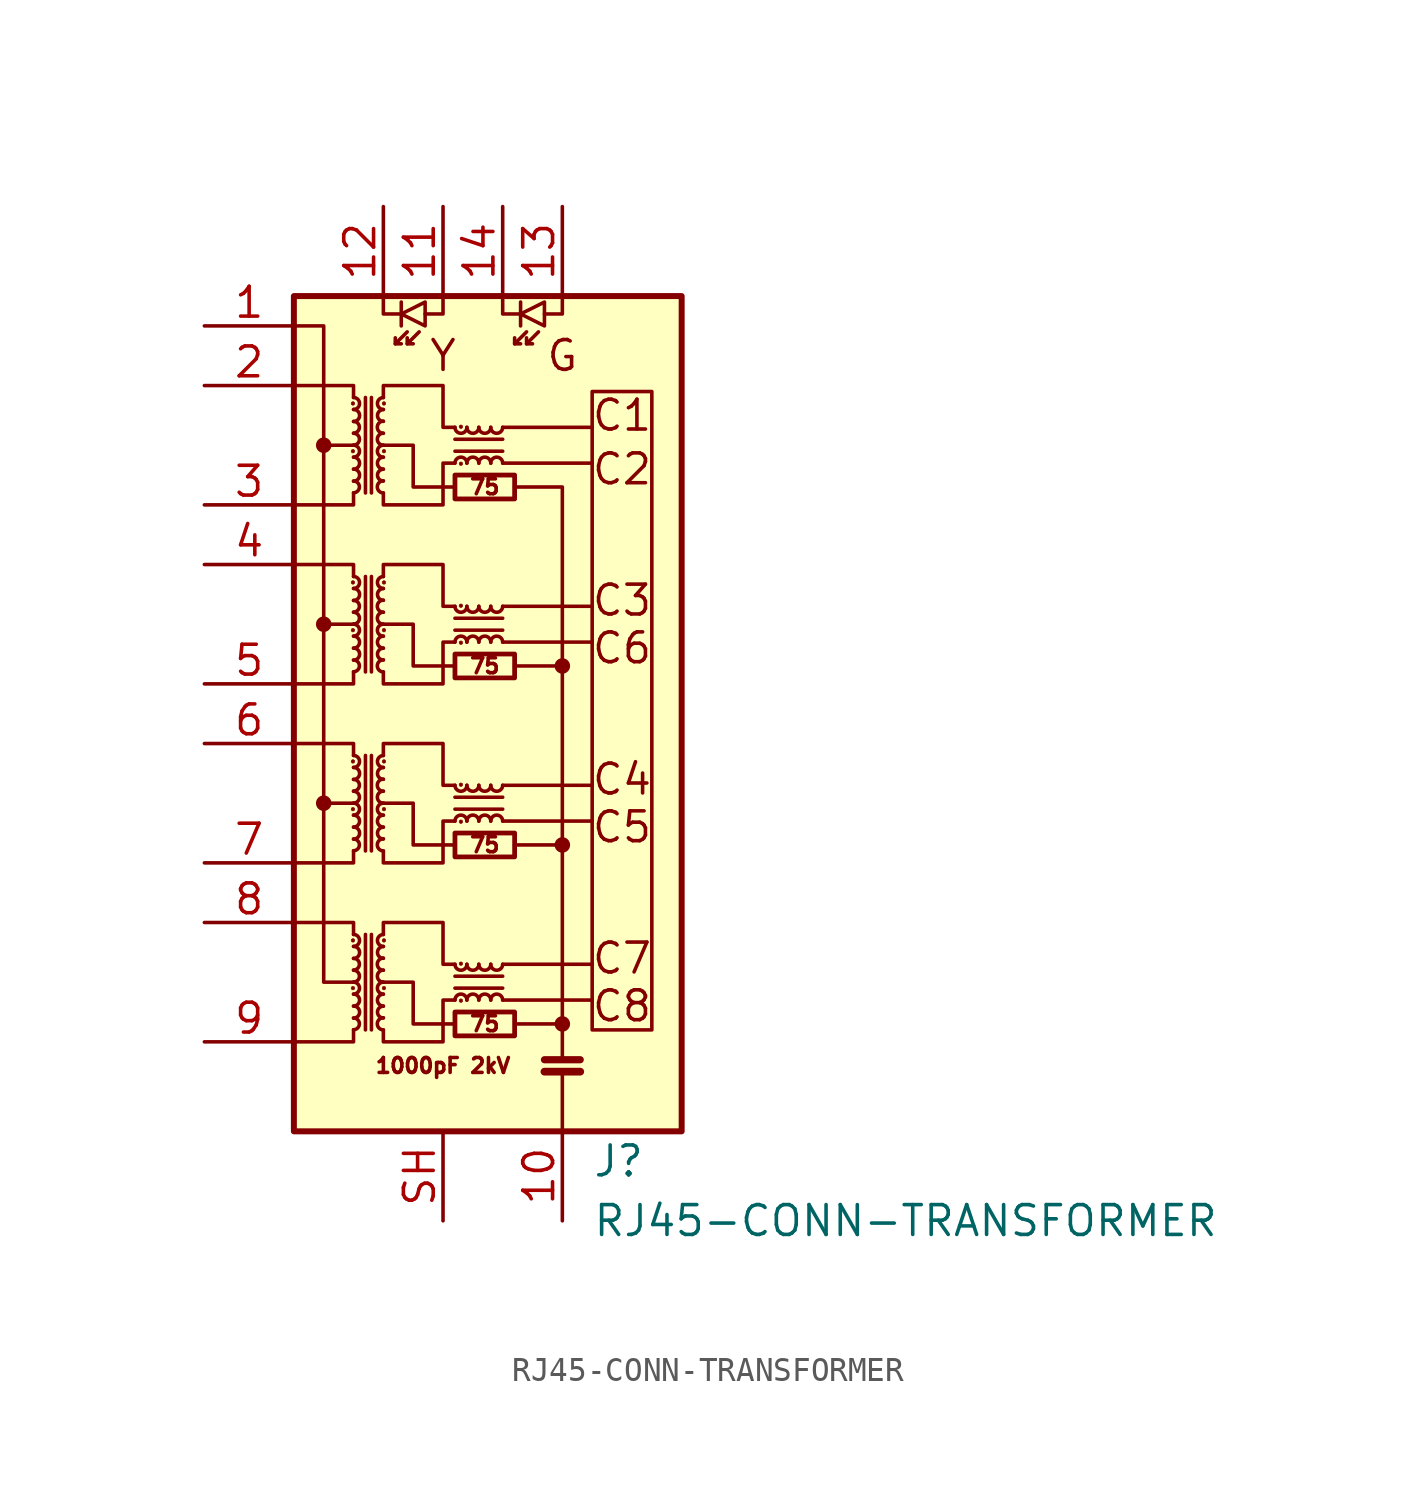
<source format=kicad_sym>
(kicad_symbol_lib
  (version 20220914)
  (generator kicad_symbol_editor)
  (symbol "RJ45-CONN-TRANSFORMER"
    (pin_names hide)
    (property "Reference" "J"
      (at 5.08 -17.78 0)
      (effects (font (size 1.27 1.27)) (justify left)))
    (property "Value" "RJ45-CONN-TRANSFORMER"
      (at 5.08 -20.32 0)
      (effects (font (size 1.27 1.27)) (justify left)))
    (symbol "RJ45-CONN-TRANSFORMER_0_0"
      (polyline (pts (xy -6.35 -2.54) (xy -5.08 -2.54)) (stroke (width 0) (type default)) (fill (type none)))
      (polyline (pts (xy -6.35 12.7) (xy -5.08 12.7)) (stroke (width 0) (type default)) (fill (type none)))
      (polyline (pts (xy -5.08 5.08) (xy -6.35 5.08)) (stroke (width 0) (type default)) (fill (type none)))
      (polyline (pts (xy 1.27 -10.922) (xy 5.08 -10.922)) (stroke (width 0) (type default)) (fill (type none)))
      (polyline (pts (xy 1.27 -9.398) (xy 5.08 -9.398)) (stroke (width 0) (type default)) (fill (type none)))
      (polyline (pts (xy 1.27 -3.302) (xy 5.08 -3.302)) (stroke (width 0) (type default)) (fill (type none)))
      (polyline (pts (xy 1.27 -1.778) (xy 5.08 -1.778)) (stroke (width 0) (type default)) (fill (type none)))
      (polyline (pts (xy 1.27 4.318) (xy 5.08 4.318)) (stroke (width 0) (type default)) (fill (type none)))
      (polyline (pts (xy 1.27 5.842) (xy 5.08 5.842)) (stroke (width 0) (type default)) (fill (type none)))
      (polyline (pts (xy 1.27 11.938) (xy 5.08 11.938)) (stroke (width 0) (type default)) (fill (type none)))
      (polyline (pts (xy 1.27 13.462) (xy 5.08 13.462)) (stroke (width 0) (type default)) (fill (type none)))
      (polyline (pts (xy 1.778 -11.938) (xy 3.81 -11.938)) (stroke (width 0) (type default)) (fill (type none)))
      (polyline (pts (xy -0.762 -11.938) (xy -2.54 -11.938) (xy -2.54 -10.16) (xy -3.81 -10.16)) (stroke (width 0) (type default)) (fill (type none)))
      (polyline (pts (xy -0.762 -4.318) (xy -2.54 -4.318) (xy -2.54 -2.54) (xy -3.81 -2.54)) (stroke (width 0) (type default)) (fill (type none)))
      (polyline (pts (xy -0.762 3.302) (xy -2.54 3.302) (xy -2.54 5.08) (xy -3.81 5.08)) (stroke (width 0) (type default)) (fill (type none)))
      (polyline (pts (xy -0.762 10.922) (xy -2.54 10.922) (xy -2.54 12.7) (xy -3.81 12.7)) (stroke (width 0) (type default)) (fill (type none)))
      (text "1000pF 2kV" (at -1.27 -13.716 0) (effects (font (size 0.635 0.635))))
      (text "75" (at 0.508 -11.938 0) (effects (font (size 0.635 0.635))))
      (text "75" (at 0.508 -4.318 0) (effects (font (size 0.635 0.635))))
      (text "75" (at 0.508 3.302 0) (effects (font (size 0.635 0.635))))
      (text "75" (at 0.508 10.922 0) (effects (font (size 0.635 0.635))))
      (text "C1" (at 6.35 13.97 0) (effects (font (size 1.27 1.27))))
      (text "C2" (at 6.35 11.684 0) (effects (font (size 1.27 1.27))))
      (text "C3" (at 6.35 6.096 0) (effects (font (size 1.27 1.27))))
      (text "C4" (at 6.35 -1.524 0) (effects (font (size 1.27 1.27))))
      (text "C5" (at 6.35 -3.556 0) (effects (font (size 1.27 1.27))))
      (text "C6" (at 6.35 4.064 0) (effects (font (size 1.27 1.27))))
      (text "C7" (at 6.35 -9.144 0) (effects (font (size 1.27 1.27))))
      (text "C8" (at 6.35 -11.176 0) (effects (font (size 1.27 1.27))))
      (text "G" (at 3.81 16.51 0) (effects (font (size 1.27 1.27))))
      (text "Y" (at -1.27 16.51 0) (effects (font (size 1.27 1.27)))))
    (symbol "RJ45-CONN-TRANSFORMER_0_1"
      (circle (center -6.35 -2.54) (radius 0.254) (stroke (width 0) (type default)) (fill (type outline)))
      (circle (center -6.35 5.08) (radius 0.254) (stroke (width 0) (type default)) (fill (type outline)))
      (circle (center -6.35 12.7) (radius 0.254) (stroke (width 0) (type default)) (fill (type outline)))
      (circle (center -5.105 -10.414) (radius 0.076) (stroke (width 0.025) (type default)) (fill (type outline)))
      (circle (center -5.105 -8.382) (radius 0.076) (stroke (width 0.025) (type default)) (fill (type outline)))
      (circle (center -5.105 -2.794) (radius 0.076) (stroke (width 0.025) (type default)) (fill (type outline)))
      (circle (center -5.105 -0.762) (radius 0.076) (stroke (width 0.025) (type default)) (fill (type outline)))
      (circle (center -5.105 4.826) (radius 0.076) (stroke (width 0.025) (type default)) (fill (type outline)))
      (circle (center -5.105 6.858) (radius 0.076) (stroke (width 0.025) (type default)) (fill (type outline)))
      (circle (center -5.105 12.446) (radius 0.076) (stroke (width 0.025) (type default)) (fill (type outline)))
      (circle (center -5.105 14.478) (radius 0.076) (stroke (width 0.025) (type default)) (fill (type outline)))
      (arc (start -5.08 -12.192) (mid -4.8271 -11.938) (end -5.08 -11.684) (stroke (width 0) (type default)) (fill (type none)))
      (arc (start -5.08 -11.684) (mid -4.8271 -11.43) (end -5.08 -11.176) (stroke (width 0) (type default)) (fill (type none)))
      (arc (start -5.08 -11.176) (mid -4.8271 -10.922) (end -5.08 -10.668) (stroke (width 0) (type default)) (fill (type none)))
      (arc (start -5.08 -10.668) (mid -4.8271 -10.414) (end -5.08 -10.16) (stroke (width 0) (type default)) (fill (type none)))
      (arc (start -5.08 -10.16) (mid -4.8271 -9.906) (end -5.08 -9.652) (stroke (width 0) (type default)) (fill (type none)))
      (arc (start -5.08 -9.652) (mid -4.8271 -9.398) (end -5.08 -9.144) (stroke (width 0) (type default)) (fill (type none)))
      (arc (start -5.08 -9.144) (mid -4.8271 -8.89) (end -5.08 -8.636) (stroke (width 0) (type default)) (fill (type none)))
      (arc (start -5.08 -8.636) (mid -4.8271 -8.382) (end -5.08 -8.128) (stroke (width 0) (type default)) (fill (type none)))
      (arc (start -5.08 -4.572) (mid -4.8271 -4.318) (end -5.08 -4.064) (stroke (width 0) (type default)) (fill (type none)))
      (arc (start -5.08 -4.064) (mid -4.8271 -3.81) (end -5.08 -3.556) (stroke (width 0) (type default)) (fill (type none)))
      (arc (start -5.08 -3.556) (mid -4.8271 -3.302) (end -5.08 -3.048) (stroke (width 0) (type default)) (fill (type none)))
      (arc (start -5.08 -3.048) (mid -4.8271 -2.794) (end -5.08 -2.54) (stroke (width 0) (type default)) (fill (type none)))
      (arc (start -5.08 -2.54) (mid -4.8271 -2.286) (end -5.08 -2.032) (stroke (width 0) (type default)) (fill (type none)))
      (arc (start -5.08 -2.032) (mid -4.8271 -1.778) (end -5.08 -1.524) (stroke (width 0) (type default)) (fill (type none)))
      (arc (start -5.08 -1.524) (mid -4.8271 -1.27) (end -5.08 -1.016) (stroke (width 0) (type default)) (fill (type none)))
      (arc (start -5.08 -1.016) (mid -4.8271 -0.762) (end -5.08 -0.508) (stroke (width 0) (type default)) (fill (type none)))
      (arc (start -5.08 3.048) (mid -4.8271 3.302) (end -5.08 3.556) (stroke (width 0) (type default)) (fill (type none)))
      (arc (start -5.08 3.556) (mid -4.8271 3.81) (end -5.08 4.064) (stroke (width 0) (type default)) (fill (type none)))
      (arc (start -5.08 4.064) (mid -4.8271 4.318) (end -5.08 4.572) (stroke (width 0) (type default)) (fill (type none)))
      (arc (start -5.08 4.572) (mid -4.8271 4.826) (end -5.08 5.08) (stroke (width 0) (type default)) (fill (type none)))
      (arc (start -5.08 5.08) (mid -4.8271 5.334) (end -5.08 5.588) (stroke (width 0) (type default)) (fill (type none)))
      (arc (start -5.08 5.588) (mid -4.8271 5.842) (end -5.08 6.096) (stroke (width 0) (type default)) (fill (type none)))
      (arc (start -5.08 6.096) (mid -4.8271 6.35) (end -5.08 6.604) (stroke (width 0) (type default)) (fill (type none)))
      (arc (start -5.08 6.604) (mid -4.8271 6.858) (end -5.08 7.112) (stroke (width 0) (type default)) (fill (type none)))
      (arc (start -5.08 10.668) (mid -4.8271 10.922) (end -5.08 11.176) (stroke (width 0) (type default)) (fill (type none)))
      (arc (start -5.08 11.176) (mid -4.8271 11.43) (end -5.08 11.684) (stroke (width 0) (type default)) (fill (type none)))
      (arc (start -5.08 11.684) (mid -4.8271 11.938) (end -5.08 12.192) (stroke (width 0) (type default)) (fill (type none)))
      (arc (start -5.08 12.192) (mid -4.8271 12.446) (end -5.08 12.7) (stroke (width 0) (type default)) (fill (type none)))
      (arc (start -5.08 12.7) (mid -4.8271 12.954) (end -5.08 13.208) (stroke (width 0) (type default)) (fill (type none)))
      (arc (start -5.08 13.208) (mid -4.8271 13.462) (end -5.08 13.716) (stroke (width 0) (type default)) (fill (type none)))
      (arc (start -5.08 13.716) (mid -4.8271 13.97) (end -5.08 14.224) (stroke (width 0) (type default)) (fill (type none)))
      (arc (start -5.08 14.224) (mid -4.8271 14.478) (end -5.08 14.732) (stroke (width 0) (type default)) (fill (type none)))
      (arc (start -3.81 -11.684) (mid -4.0629 -11.938) (end -3.81 -12.192) (stroke (width 0) (type default)) (fill (type none)))
      (arc (start -3.81 -11.176) (mid -4.0629 -11.43) (end -3.81 -11.684) (stroke (width 0) (type default)) (fill (type none)))
      (arc (start -3.81 -10.668) (mid -4.0629 -10.922) (end -3.81 -11.176) (stroke (width 0) (type default)) (fill (type none)))
      (arc (start -3.81 -10.16) (mid -4.0629 -10.414) (end -3.81 -10.668) (stroke (width 0) (type default)) (fill (type none)))
      (arc (start -3.81 -9.652) (mid -4.0629 -9.906) (end -3.81 -10.16) (stroke (width 0) (type default)) (fill (type none)))
      (arc (start -3.81 -9.144) (mid -4.0629 -9.398) (end -3.81 -9.652) (stroke (width 0) (type default)) (fill (type none)))
      (arc (start -3.81 -8.636) (mid -4.0629 -8.89) (end -3.81 -9.144) (stroke (width 0) (type default)) (fill (type none)))
      (arc (start -3.81 -8.128) (mid -4.0629 -8.382) (end -3.81 -8.636) (stroke (width 0) (type default)) (fill (type none)))
      (arc (start -3.81 -4.064) (mid -4.0629 -4.318) (end -3.81 -4.572) (stroke (width 0) (type default)) (fill (type none)))
      (arc (start -3.81 -3.556) (mid -4.0629 -3.81) (end -3.81 -4.064) (stroke (width 0) (type default)) (fill (type none)))
      (arc (start -3.81 -3.048) (mid -4.0629 -3.302) (end -3.81 -3.556) (stroke (width 0) (type default)) (fill (type none)))
      (arc (start -3.81 -2.54) (mid -4.0629 -2.794) (end -3.81 -3.048) (stroke (width 0) (type default)) (fill (type none)))
      (arc (start -3.81 -2.032) (mid -4.0629 -2.286) (end -3.81 -2.54) (stroke (width 0) (type default)) (fill (type none)))
      (arc (start -3.81 -1.524) (mid -4.0629 -1.778) (end -3.81 -2.032) (stroke (width 0) (type default)) (fill (type none)))
      (arc (start -3.81 -1.016) (mid -4.0629 -1.27) (end -3.81 -1.524) (stroke (width 0) (type default)) (fill (type none)))
      (arc (start -3.81 -0.508) (mid -4.0629 -0.762) (end -3.81 -1.016) (stroke (width 0) (type default)) (fill (type none)))
      (arc (start -3.81 3.556) (mid -4.0629 3.302) (end -3.81 3.048) (stroke (width 0) (type default)) (fill (type none)))
      (arc (start -3.81 4.064) (mid -4.0629 3.81) (end -3.81 3.556) (stroke (width 0) (type default)) (fill (type none)))
      (arc (start -3.81 4.572) (mid -4.0629 4.318) (end -3.81 4.064) (stroke (width 0) (type default)) (fill (type none)))
      (arc (start -3.81 5.08) (mid -4.0629 4.826) (end -3.81 4.572) (stroke (width 0) (type default)) (fill (type none)))
      (arc (start -3.81 5.588) (mid -4.0629 5.334) (end -3.81 5.08) (stroke (width 0) (type default)) (fill (type none)))
      (arc (start -3.81 6.096) (mid -4.0629 5.842) (end -3.81 5.588) (stroke (width 0) (type default)) (fill (type none)))
      (arc (start -3.81 6.604) (mid -4.0629 6.35) (end -3.81 6.096) (stroke (width 0) (type default)) (fill (type none)))
      (arc (start -3.81 7.112) (mid -4.0629 6.858) (end -3.81 6.604) (stroke (width 0) (type default)) (fill (type none)))
      (arc (start -3.81 11.176) (mid -4.0629 10.922) (end -3.81 10.668) (stroke (width 0) (type default)) (fill (type none)))
      (arc (start -3.81 11.684) (mid -4.0629 11.43) (end -3.81 11.176) (stroke (width 0) (type default)) (fill (type none)))
      (arc (start -3.81 12.192) (mid -4.0629 11.938) (end -3.81 11.684) (stroke (width 0) (type default)) (fill (type none)))
      (arc (start -3.81 12.7) (mid -4.0629 12.446) (end -3.81 12.192) (stroke (width 0) (type default)) (fill (type none)))
      (arc (start -3.81 13.208) (mid -4.0629 12.954) (end -3.81 12.7) (stroke (width 0) (type default)) (fill (type none)))
      (arc (start -3.81 13.716) (mid -4.0629 13.462) (end -3.81 13.208) (stroke (width 0) (type default)) (fill (type none)))
      (arc (start -3.81 14.224) (mid -4.0629 13.97) (end -3.81 13.716) (stroke (width 0) (type default)) (fill (type none)))
      (arc (start -3.81 14.732) (mid -4.0629 14.478) (end -3.81 14.224) (stroke (width 0) (type default)) (fill (type none)))
      (circle (center -3.785 -10.414) (radius 0.076) (stroke (width 0.025) (type default)) (fill (type outline)))
      (circle (center -3.785 -8.382) (radius 0.076) (stroke (width 0.025) (type default)) (fill (type outline)))
      (circle (center -3.785 -2.794) (radius 0.076) (stroke (width 0.025) (type default)) (fill (type outline)))
      (circle (center -3.785 -0.762) (radius 0.076) (stroke (width 0.025) (type default)) (fill (type outline)))
      (circle (center -3.785 4.826) (radius 0.076) (stroke (width 0.025) (type default)) (fill (type outline)))
      (circle (center -3.785 6.858) (radius 0.076) (stroke (width 0.025) (type default)) (fill (type outline)))
      (circle (center -3.785 12.446) (radius 0.076) (stroke (width 0.025) (type default)) (fill (type outline)))
      (circle (center -3.785 14.478) (radius 0.076) (stroke (width 0.025) (type default)) (fill (type outline)))
      (rectangle (start -0.762 -11.43) (end 1.778 -12.446) (stroke (width 0.203) (type default)) (fill (type none)))
      (arc (start -0.762 -9.398) (mid -0.508 -9.6509) (end -0.254 -9.398) (stroke (width 0) (type default)) (fill (type none)))
      (rectangle (start -0.762 -3.81) (end 1.778 -4.826) (stroke (width 0.203) (type default)) (fill (type none)))
      (arc (start -0.762 -1.778) (mid -0.508 -2.0309) (end -0.254 -1.778) (stroke (width 0) (type default)) (fill (type none)))
      (rectangle (start -0.762 3.81) (end 1.778 2.794) (stroke (width 0.203) (type default)) (fill (type none)))
      (arc (start -0.762 5.842) (mid -0.508 5.5891) (end -0.254 5.842) (stroke (width 0) (type default)) (fill (type none)))
      (rectangle (start -0.762 11.43) (end 1.778 10.414) (stroke (width 0.203) (type default)) (fill (type none)))
      (arc (start -0.762 13.462) (mid -0.508 13.2091) (end -0.254 13.462) (stroke (width 0) (type default)) (fill (type none)))
      (circle (center -0.508 -10.947) (radius 0.076) (stroke (width 0.025) (type default)) (fill (type outline)))
      (circle (center -0.508 -9.373) (radius 0.076) (stroke (width 0.025) (type default)) (fill (type outline)))
      (circle (center -0.508 -3.327) (radius 0.076) (stroke (width 0.025) (type default)) (fill (type outline)))
      (circle (center -0.508 -1.753) (radius 0.076) (stroke (width 0.025) (type default)) (fill (type outline)))
      (circle (center -0.508 4.293) (radius 0.076) (stroke (width 0.025) (type default)) (fill (type outline)))
      (circle (center -0.508 5.867) (radius 0.076) (stroke (width 0.025) (type default)) (fill (type outline)))
      (circle (center -0.508 11.913) (radius 0.076) (stroke (width 0.025) (type default)) (fill (type outline)))
      (circle (center -0.508 13.487) (radius 0.076) (stroke (width 0.025) (type default)) (fill (type outline)))
      (arc (start -0.254 -10.922) (mid -0.508 -10.6691) (end -0.762 -10.922) (stroke (width 0) (type default)) (fill (type none)))
      (arc (start -0.254 -9.398) (mid 0 -9.6509) (end 0.254 -9.398) (stroke (width 0) (type default)) (fill (type none)))
      (arc (start -0.254 -3.302) (mid -0.508 -3.0491) (end -0.762 -3.302) (stroke (width 0) (type default)) (fill (type none)))
      (arc (start -0.254 -1.778) (mid 0 -2.0309) (end 0.254 -1.778) (stroke (width 0) (type default)) (fill (type none)))
      (arc (start -0.254 4.318) (mid -0.508 4.5709) (end -0.762 4.318) (stroke (width 0) (type default)) (fill (type none)))
      (arc (start -0.254 5.842) (mid 0 5.5891) (end 0.254 5.842) (stroke (width 0) (type default)) (fill (type none)))
      (arc (start -0.254 11.938) (mid -0.508 12.1909) (end -0.762 11.938) (stroke (width 0) (type default)) (fill (type none)))
      (arc (start -0.254 13.462) (mid 0 13.2091) (end 0.254 13.462) (stroke (width 0) (type default)) (fill (type none)))
      (polyline (pts (xy -4.572 -12.192) (xy -4.572 -8.128)) (stroke (width 0) (type default)) (fill (type none)))
      (polyline (pts (xy -4.572 -4.572) (xy -4.572 -0.508)) (stroke (width 0) (type default)) (fill (type none)))
      (polyline (pts (xy -4.572 3.048) (xy -4.572 7.112)) (stroke (width 0) (type default)) (fill (type none)))
      (polyline (pts (xy -4.572 10.668) (xy -4.572 14.732)) (stroke (width 0) (type default)) (fill (type none)))
      (polyline (pts (xy -4.318 -8.128) (xy -4.318 -12.192)) (stroke (width 0) (type default)) (fill (type none)))
      (polyline (pts (xy -4.318 -0.508) (xy -4.318 -4.572)) (stroke (width 0) (type default)) (fill (type none)))
      (polyline (pts (xy -4.318 7.112) (xy -4.318 3.048)) (stroke (width 0) (type default)) (fill (type none)))
      (polyline (pts (xy -4.318 14.732) (xy -4.318 10.668)) (stroke (width 0) (type default)) (fill (type none)))
      (polyline (pts (xy -3.302 17.018) (xy -2.794 17.526)) (stroke (width 0) (type default)) (fill (type none)))
      (polyline (pts (xy -3.048 18.796) (xy -3.048 17.78)) (stroke (width 0) (type default)) (fill (type none)))
      (polyline (pts (xy -2.794 17.018) (xy -2.286 17.526)) (stroke (width 0) (type default)) (fill (type none)))
      (polyline (pts (xy -0.762 -9.906) (xy 1.27 -9.906)) (stroke (width 0) (type default)) (fill (type none)))
      (polyline (pts (xy -0.762 -2.286) (xy 1.27 -2.286)) (stroke (width 0) (type default)) (fill (type none)))
      (polyline (pts (xy -0.762 5.334) (xy 1.27 5.334)) (stroke (width 0) (type default)) (fill (type none)))
      (polyline (pts (xy -0.762 12.954) (xy 1.27 12.954)) (stroke (width 0) (type default)) (fill (type none)))
      (polyline (pts (xy 1.27 -10.414) (xy -0.762 -10.414)) (stroke (width 0) (type default)) (fill (type none)))
      (polyline (pts (xy 1.27 -2.794) (xy -0.762 -2.794)) (stroke (width 0) (type default)) (fill (type none)))
      (polyline (pts (xy 1.27 4.826) (xy -0.762 4.826)) (stroke (width 0) (type default)) (fill (type none)))
      (polyline (pts (xy 1.27 12.446) (xy -0.762 12.446)) (stroke (width 0) (type default)) (fill (type none)))
      (polyline (pts (xy 1.778 -4.318) (xy 3.81 -4.318)) (stroke (width 0) (type default)) (fill (type none)))
      (polyline (pts (xy 1.778 17.018) (xy 2.286 17.526)) (stroke (width 0) (type default)) (fill (type none)))
      (polyline (pts (xy 2.032 18.796) (xy 2.032 17.78)) (stroke (width 0) (type default)) (fill (type none)))
      (polyline (pts (xy 2.286 17.018) (xy 2.794 17.526)) (stroke (width 0) (type default)) (fill (type none)))
      (polyline (pts (xy 3.81 -16.51) (xy 3.81 -13.97)) (stroke (width 0) (type default)) (fill (type none)))
      (polyline (pts (xy 3.81 3.302) (xy 1.778 3.302)) (stroke (width 0) (type default)) (fill (type none)))
      (polyline (pts (xy 4.572 -13.97) (xy 3.048 -13.97)) (stroke (width 0.33) (type default)) (fill (type none)))
      (polyline (pts (xy 4.572 -13.462) (xy 3.048 -13.462)) (stroke (width 0.305) (type default)) (fill (type none)))
      (polyline (pts (xy -5.08 -12.192) (xy -5.08 -12.7) (xy -7.62 -12.7)) (stroke (width 0) (type default)) (fill (type none)))
      (polyline (pts (xy -5.08 -8.128) (xy -5.08 -7.62) (xy -7.62 -7.62)) (stroke (width 0) (type default)) (fill (type none)))
      (polyline (pts (xy -5.08 -4.572) (xy -5.08 -5.08) (xy -7.62 -5.08)) (stroke (width 0) (type default)) (fill (type none)))
      (polyline (pts (xy -5.08 -0.508) (xy -5.08 0) (xy -7.62 0)) (stroke (width 0) (type default)) (fill (type none)))
      (polyline (pts (xy -5.08 3.048) (xy -5.08 2.54) (xy -7.62 2.54)) (stroke (width 0) (type default)) (fill (type none)))
      (polyline (pts (xy -5.08 7.112) (xy -5.08 7.62) (xy -7.62 7.62)) (stroke (width 0) (type default)) (fill (type none)))
      (polyline (pts (xy -5.08 10.668) (xy -5.08 10.16) (xy -7.62 10.16)) (stroke (width 0) (type default)) (fill (type none)))
      (polyline (pts (xy -5.08 14.732) (xy -5.08 15.24) (xy -7.62 15.24)) (stroke (width 0) (type default)) (fill (type none)))
      (polyline (pts (xy -3.81 19.05) (xy -3.81 18.288) (xy -3.048 18.288)) (stroke (width 0) (type default)) (fill (type none)))
      (polyline (pts (xy -3.302 17.272) (xy -3.302 17.018) (xy -3.048 17.018)) (stroke (width 0) (type default)) (fill (type none)))
      (polyline (pts (xy -2.794 17.272) (xy -2.794 17.018) (xy -2.54 17.018)) (stroke (width 0) (type default)) (fill (type none)))
      (polyline (pts (xy -1.27 19.05) (xy -1.27 18.288) (xy -2.032 18.288)) (stroke (width 0) (type default)) (fill (type none)))
      (polyline (pts (xy 1.27 19.05) (xy 1.27 18.288) (xy 2.032 18.288)) (stroke (width 0) (type default)) (fill (type none)))
      (polyline (pts (xy 1.778 17.272) (xy 1.778 17.018) (xy 2.032 17.018)) (stroke (width 0) (type default)) (fill (type none)))
      (polyline (pts (xy 2.286 17.272) (xy 2.286 17.018) (xy 2.54 17.018)) (stroke (width 0) (type default)) (fill (type none)))
      (polyline (pts (xy 3.81 -13.462) (xy 3.81 10.922) (xy 1.778 10.922)) (stroke (width 0) (type default)) (fill (type none)))
      (polyline (pts (xy 3.81 19.05) (xy 3.81 18.288) (xy 3.048 18.288)) (stroke (width 0) (type default)) (fill (type none)))
      (polyline (pts (xy -7.62 17.78) (xy -6.35 17.78) (xy -6.35 -10.16) (xy -5.08 -10.16)) (stroke (width 0) (type default)) (fill (type none)))
      (polyline (pts (xy -3.048 18.288) (xy -2.032 18.796) (xy -2.032 17.78) (xy -3.048 18.288)) (stroke (width 0) (type default)) (fill (type none)))
      (polyline (pts (xy 2.032 18.288) (xy 3.048 18.796) (xy 3.048 17.78) (xy 2.032 18.288)) (stroke (width 0) (type default)) (fill (type none)))
      (polyline (pts (xy -3.81 -12.192) (xy -3.81 -12.7) (xy -1.27 -12.7) (xy -1.27 -10.922) (xy -0.762 -10.922)) (stroke (width 0) (type default)) (fill (type none)))
      (polyline (pts (xy -3.81 -4.572) (xy -3.81 -5.08) (xy -1.27 -5.08) (xy -1.27 -3.302) (xy -0.762 -3.302)) (stroke (width 0) (type default)) (fill (type none)))
      (polyline (pts (xy -3.81 3.048) (xy -3.81 2.54) (xy -1.27 2.54) (xy -1.27 4.318) (xy -0.762 4.318)) (stroke (width 0) (type default)) (fill (type none)))
      (polyline (pts (xy -3.81 10.668) (xy -3.81 10.16) (xy -1.27 10.16) (xy -1.27 11.938) (xy -0.762 11.938)) (stroke (width 0) (type default)) (fill (type none)))
      (polyline (pts (xy -0.762 -9.398) (xy -1.27 -9.398) (xy -1.27 -7.62) (xy -3.81 -7.62) (xy -3.81 -8.128)) (stroke (width 0) (type default)) (fill (type none)))
      (polyline (pts (xy -0.762 -1.778) (xy -1.27 -1.778) (xy -1.27 0) (xy -3.81 0) (xy -3.81 -0.508)) (stroke (width 0) (type default)) (fill (type none)))
      (polyline (pts (xy -0.762 5.842) (xy -1.27 5.842) (xy -1.27 7.62) (xy -3.81 7.62) (xy -3.81 7.112)) (stroke (width 0) (type default)) (fill (type none)))
      (polyline (pts (xy -0.762 13.462) (xy -1.27 13.462) (xy -1.27 15.24) (xy -3.81 15.24) (xy -3.81 14.732)) (stroke (width 0) (type default)) (fill (type none)))
      (arc (start 0.254 -10.922) (mid 0 -10.6691) (end -0.254 -10.922) (stroke (width 0) (type default)) (fill (type none)))
      (arc (start 0.254 -9.398) (mid 0.508 -9.6509) (end 0.762 -9.398) (stroke (width 0) (type default)) (fill (type none)))
      (arc (start 0.254 -3.302) (mid 0 -3.0491) (end -0.254 -3.302) (stroke (width 0) (type default)) (fill (type none)))
      (arc (start 0.254 -1.778) (mid 0.508 -2.0309) (end 0.762 -1.778) (stroke (width 0) (type default)) (fill (type none)))
      (arc (start 0.254 4.318) (mid 0 4.5709) (end -0.254 4.318) (stroke (width 0) (type default)) (fill (type none)))
      (arc (start 0.254 5.842) (mid 0.508 5.5891) (end 0.762 5.842) (stroke (width 0) (type default)) (fill (type none)))
      (arc (start 0.254 11.938) (mid 0 12.1909) (end -0.254 11.938) (stroke (width 0) (type default)) (fill (type none)))
      (arc (start 0.254 13.462) (mid 0.508 13.2091) (end 0.762 13.462) (stroke (width 0) (type default)) (fill (type none)))
      (arc (start 0.762 -10.922) (mid 0.508 -10.6691) (end 0.254 -10.922) (stroke (width 0) (type default)) (fill (type none)))
      (arc (start 0.762 -9.398) (mid 1.016 -9.6509) (end 1.27 -9.398) (stroke (width 0) (type default)) (fill (type none)))
      (arc (start 0.762 -3.302) (mid 0.508 -3.0491) (end 0.254 -3.302) (stroke (width 0) (type default)) (fill (type none)))
      (arc (start 0.762 -1.778) (mid 1.016 -2.0309) (end 1.27 -1.778) (stroke (width 0) (type default)) (fill (type none)))
      (arc (start 0.762 4.318) (mid 0.508 4.5709) (end 0.254 4.318) (stroke (width 0) (type default)) (fill (type none)))
      (arc (start 0.762 5.842) (mid 1.016 5.5891) (end 1.27 5.842) (stroke (width 0) (type default)) (fill (type none)))
      (arc (start 0.762 11.938) (mid 0.508 12.1909) (end 0.254 11.938) (stroke (width 0) (type default)) (fill (type none)))
      (arc (start 0.762 13.462) (mid 1.016 13.2091) (end 1.27 13.462) (stroke (width 0) (type default)) (fill (type none)))
      (arc (start 1.27 -10.922) (mid 1.016 -10.6691) (end 0.762 -10.922) (stroke (width 0) (type default)) (fill (type none)))
      (arc (start 1.27 -3.302) (mid 1.016 -3.0491) (end 0.762 -3.302) (stroke (width 0) (type default)) (fill (type none)))
      (arc (start 1.27 4.318) (mid 1.016 4.5709) (end 0.762 4.318) (stroke (width 0) (type default)) (fill (type none)))
      (arc (start 1.27 11.938) (mid 1.016 12.1909) (end 0.762 11.938) (stroke (width 0) (type default)) (fill (type none)))
      (circle (center 3.81 -11.938) (radius 0.254) (stroke (width 0) (type default)) (fill (type outline)))
      (circle (center 3.81 -4.318) (radius 0.254) (stroke (width 0) (type default)) (fill (type outline)))
      (circle (center 3.81 3.302) (radius 0.254) (stroke (width 0) (type default)) (fill (type outline)))
      (rectangle (start 7.62 14.986) (end 5.08 -12.192) (stroke (width 0) (type default)) (fill (type none)))
      (rectangle (start 8.89 -16.51) (end -7.62 19.05) (stroke (width 0.254) (type default)) (fill (type background)))
      (pin power_in line (at 3.81 -20.32 90) (length 3.81) (name "GND" (effects (font (size 1.27 1.27)))) (number "10" (effects (font (size 1.27 1.27))))))
    (symbol "RJ45-CONN-TRANSFORMER_1_1"
      (pin passive line (at -11.43 17.78 0) (length 3.81) (name "CT" (effects (font (size 1.27 1.27)))) (number "1" (effects (font (size 1.27 1.27)))))
      (pin passive line (at -1.27 22.86 270) (length 3.81) (name "~" (effects (font (size 1.27 1.27)))) (number "11" (effects (font (size 1.27 1.27)))))
      (pin passive line (at -3.81 22.86 270) (length 3.81) (name "~" (effects (font (size 1.27 1.27)))) (number "12" (effects (font (size 1.27 1.27)))))
      (pin passive line (at 3.81 22.86 270) (length 3.81) (name "~" (effects (font (size 1.27 1.27)))) (number "13" (effects (font (size 1.27 1.27)))))
      (pin passive line (at 1.27 22.86 270) (length 3.81) (name "~" (effects (font (size 1.27 1.27)))) (number "14" (effects (font (size 1.27 1.27)))))
      (pin passive line (at -11.43 15.24 0) (length 3.81) (name "TD1+" (effects (font (size 1.27 1.27)))) (number "2" (effects (font (size 1.27 1.27)))))
      (pin passive line (at -11.43 10.16 0) (length 3.81) (name "TD1-" (effects (font (size 1.27 1.27)))) (number "3" (effects (font (size 1.27 1.27)))))
      (pin passive line (at -11.43 7.62 0) (length 3.81) (name "TD2+" (effects (font (size 1.27 1.27)))) (number "4" (effects (font (size 1.27 1.27)))))
      (pin passive line (at -11.43 2.54 0) (length 3.81) (name "TD2-" (effects (font (size 1.27 1.27)))) (number "5" (effects (font (size 1.27 1.27)))))
      (pin passive line (at -11.43 0 0) (length 3.81) (name "TD3+" (effects (font (size 1.27 1.27)))) (number "6" (effects (font (size 1.27 1.27)))))
      (pin passive line (at -11.43 -5.08 0) (length 3.81) (name "TD3-" (effects (font (size 1.27 1.27)))) (number "7" (effects (font (size 1.27 1.27)))))
      (pin passive line (at -11.43 -7.62 0) (length 3.81) (name "TD4+" (effects (font (size 1.27 1.27)))) (number "8" (effects (font (size 1.27 1.27)))))
      (pin passive line (at -11.43 -12.7 0) (length 3.81) (name "TD4-" (effects (font (size 1.27 1.27)))) (number "9" (effects (font (size 1.27 1.27)))))
      (pin passive line (at -1.27 -20.32 90) (length 3.81) (name "SH" (effects (font (size 1.27 1.27)))) (number "SH" (effects (font (size 1.27 1.27))))))))
</source>
